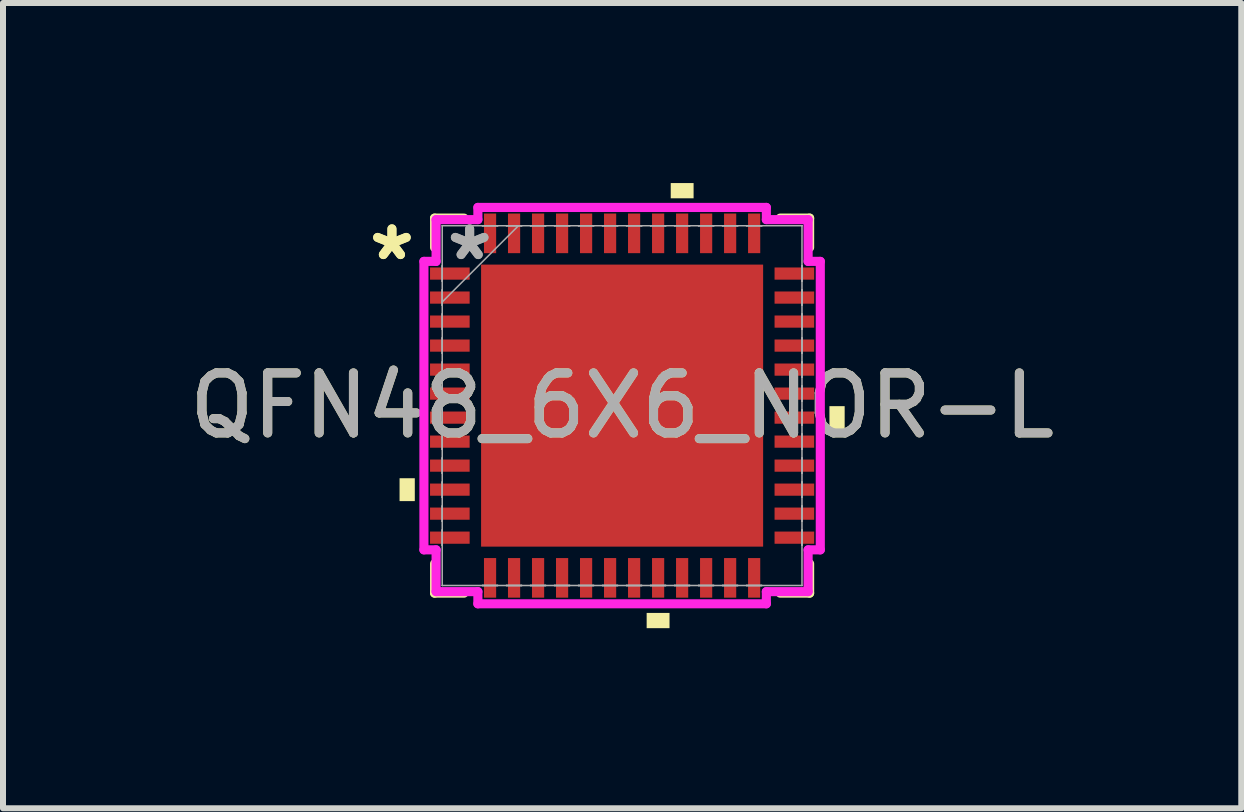
<source format=kicad_pcb>
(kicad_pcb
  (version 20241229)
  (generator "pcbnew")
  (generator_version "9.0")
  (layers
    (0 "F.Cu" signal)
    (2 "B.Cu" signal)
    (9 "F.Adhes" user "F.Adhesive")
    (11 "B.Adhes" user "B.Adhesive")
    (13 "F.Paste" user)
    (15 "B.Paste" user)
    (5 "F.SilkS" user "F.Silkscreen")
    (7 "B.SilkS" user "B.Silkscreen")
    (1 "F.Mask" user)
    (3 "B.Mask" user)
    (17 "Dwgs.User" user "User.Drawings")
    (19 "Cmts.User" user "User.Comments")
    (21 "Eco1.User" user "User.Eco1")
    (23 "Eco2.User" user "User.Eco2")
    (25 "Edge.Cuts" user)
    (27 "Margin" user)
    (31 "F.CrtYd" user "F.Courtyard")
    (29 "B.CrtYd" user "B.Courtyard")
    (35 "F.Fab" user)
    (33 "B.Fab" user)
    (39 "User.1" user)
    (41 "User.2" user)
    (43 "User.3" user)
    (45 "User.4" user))
  (footprint "QFN48_6X6_NOR-L"
    (layer "F.Cu")
    (at 7.315 3.708)
    (property "Reference" "QFN48_6X6_NOR-L" (at 0 0 0) (unlocked yes) (layer "F.SilkS") (effects (font (size 1 1) (thickness 0.15))))
    (attr smd)
    (fp_line (start -3.124 -3.124) (end -3.124 -2.634) (stroke (width 0.152) (type solid)) (layer "F.SilkS"))
    (fp_line (start -3.124 2.634) (end -3.124 3.124) (stroke (width 0.152) (type solid)) (layer "F.SilkS"))
    (fp_line (start -3.124 3.124) (end -2.634 3.124) (stroke (width 0.152) (type solid)) (layer "F.SilkS"))
    (fp_line (start -2.634 -3.124) (end -3.124 -3.124) (stroke (width 0.152) (type solid)) (layer "F.SilkS"))
    (fp_line (start 2.634 3.124) (end 3.124 3.124) (stroke (width 0.152) (type solid)) (layer "F.SilkS"))
    (fp_line (start 3.124 -3.124) (end 2.634 -3.124) (stroke (width 0.152) (type solid)) (layer "F.SilkS"))
    (fp_line (start 3.124 -2.634) (end 3.124 -3.124) (stroke (width 0.152) (type solid)) (layer "F.SilkS"))
    (fp_line (start 3.124 3.124) (end 3.124 2.634) (stroke (width 0.152) (type solid)) (layer "F.SilkS"))
    (fp_poly (pts (xy -3.708 1.21) (xy -3.708 1.591) (xy -3.454 1.591) (xy -3.454 1.21)) (stroke (width 0) (type solid)) (fill yes) (layer "F.SilkS"))
    (fp_poly (pts (xy 0.409 3.454) (xy 0.409 3.708) (xy 0.79 3.708) (xy 0.79 3.454)) (stroke (width 0) (type solid)) (fill yes) (layer "F.SilkS"))
    (fp_poly (pts (xy 0.81 -3.454) (xy 0.81 -3.708) (xy 1.191 -3.708) (xy 1.191 -3.454)) (stroke (width 0) (type solid)) (fill yes) (layer "F.SilkS"))
    (fp_poly (pts (xy 3.708 0.009) (xy 3.708 0.391) (xy 3.454 0.391) (xy 3.454 0.009)) (stroke (width 0) (type solid)) (fill yes) (layer "F.SilkS"))
    (fp_poly (pts (xy -2.249 -2.249) (xy -2.249 -0.883) (xy -0.883 -0.883) (xy -0.883 -2.249)) (stroke (width 0) (type solid)) (fill yes) (layer "F.Paste"))
    (fp_poly (pts (xy -2.249 -0.683) (xy -2.249 0.683) (xy -0.883 0.683) (xy -0.883 -0.683)) (stroke (width 0) (type solid)) (fill yes) (layer "F.Paste"))
    (fp_poly (pts (xy -2.249 0.883) (xy -2.249 2.249) (xy -0.883 2.249) (xy -0.883 0.883)) (stroke (width 0) (type solid)) (fill yes) (layer "F.Paste"))
    (fp_poly (pts (xy -0.683 -2.249) (xy -0.683 -0.883) (xy 0.683 -0.883) (xy 0.683 -2.249)) (stroke (width 0) (type solid)) (fill yes) (layer "F.Paste"))
    (fp_poly (pts (xy -0.683 -0.683) (xy -0.683 0.683) (xy 0.683 0.683) (xy 0.683 -0.683)) (stroke (width 0) (type solid)) (fill yes) (layer "F.Paste"))
    (fp_poly (pts (xy -0.683 0.883) (xy -0.683 2.249) (xy 0.683 2.249) (xy 0.683 0.883)) (stroke (width 0) (type solid)) (fill yes) (layer "F.Paste"))
    (fp_poly (pts (xy 0.883 -2.249) (xy 0.883 -0.883) (xy 2.249 -0.883) (xy 2.249 -2.249)) (stroke (width 0) (type solid)) (fill yes) (layer "F.Paste"))
    (fp_poly (pts (xy 0.883 -0.683) (xy 0.883 0.683) (xy 2.249 0.683) (xy 2.249 -0.683)) (stroke (width 0) (type solid)) (fill yes) (layer "F.Paste"))
    (fp_poly (pts (xy 0.883 0.883) (xy 0.883 2.249) (xy 2.249 2.249) (xy 2.249 0.883)) (stroke (width 0) (type solid)) (fill yes) (layer "F.Paste"))
    (fp_line (start -3.302 -2.403) (end -3.099 -2.403) (stroke (width 0.152) (type solid)) (layer "F.CrtYd"))
    (fp_line (start -3.302 2.403) (end -3.302 -2.403) (stroke (width 0.152) (type solid)) (layer "F.CrtYd"))
    (fp_line (start -3.099 -3.099) (end -2.403 -3.099) (stroke (width 0.152) (type solid)) (layer "F.CrtYd"))
    (fp_line (start -3.099 -2.403) (end -3.099 -3.099) (stroke (width 0.152) (type solid)) (layer "F.CrtYd"))
    (fp_line (start -3.099 2.403) (end -3.302 2.403) (stroke (width 0.152) (type solid)) (layer "F.CrtYd"))
    (fp_line (start -3.099 3.099) (end -3.099 2.403) (stroke (width 0.152) (type solid)) (layer "F.CrtYd"))
    (fp_line (start -2.403 -3.302) (end 2.403 -3.302) (stroke (width 0.152) (type solid)) (layer "F.CrtYd"))
    (fp_line (start -2.403 -3.099) (end -2.403 -3.302) (stroke (width 0.152) (type solid)) (layer "F.CrtYd"))
    (fp_line (start -2.403 3.099) (end -3.099 3.099) (stroke (width 0.152) (type solid)) (layer "F.CrtYd"))
    (fp_line (start -2.403 3.302) (end -2.403 3.099) (stroke (width 0.152) (type solid)) (layer "F.CrtYd"))
    (fp_line (start 2.403 -3.302) (end 2.403 -3.099) (stroke (width 0.152) (type solid)) (layer "F.CrtYd"))
    (fp_line (start 2.403 -3.099) (end 3.099 -3.099) (stroke (width 0.152) (type solid)) (layer "F.CrtYd"))
    (fp_line (start 2.403 3.099) (end 2.403 3.302) (stroke (width 0.152) (type solid)) (layer "F.CrtYd"))
    (fp_line (start 2.403 3.302) (end -2.403 3.302) (stroke (width 0.152) (type solid)) (layer "F.CrtYd"))
    (fp_line (start 3.099 -3.099) (end 3.099 -2.403) (stroke (width 0.152) (type solid)) (layer "F.CrtYd"))
    (fp_line (start 3.099 -2.403) (end 3.302 -2.403) (stroke (width 0.152) (type solid)) (layer "F.CrtYd"))
    (fp_line (start 3.099 2.403) (end 3.099 3.099) (stroke (width 0.152) (type solid)) (layer "F.CrtYd"))
    (fp_line (start 3.099 3.099) (end 2.403 3.099) (stroke (width 0.152) (type solid)) (layer "F.CrtYd"))
    (fp_line (start 3.302 -2.403) (end 3.302 2.403) (stroke (width 0.152) (type solid)) (layer "F.CrtYd"))
    (fp_line (start 3.302 2.403) (end 3.099 2.403) (stroke (width 0.152) (type solid)) (layer "F.CrtYd"))
    (fp_line (start -2.997 -2.997) (end -2.997 -2.997) (stroke (width 0.025) (type solid)) (layer "F.Fab"))
    (fp_line (start -2.997 -2.997) (end -2.997 2.997) (stroke (width 0.025) (type solid)) (layer "F.Fab"))
    (fp_line (start -2.997 -2.327) (end -2.997 -2.327) (stroke (width 0.025) (type solid)) (layer "F.Fab"))
    (fp_line (start -2.997 -2.327) (end -2.997 -2.073) (stroke (width 0.025) (type solid)) (layer "F.Fab"))
    (fp_line (start -2.997 -2.073) (end -2.997 -2.327) (stroke (width 0.025) (type solid)) (layer "F.Fab"))
    (fp_line (start -2.997 -2.073) (end -2.997 -2.073) (stroke (width 0.025) (type solid)) (layer "F.Fab"))
    (fp_line (start -2.997 -1.927) (end -2.997 -1.927) (stroke (width 0.025) (type solid)) (layer "F.Fab"))
    (fp_line (start -2.997 -1.927) (end -2.997 -1.673) (stroke (width 0.025) (type solid)) (layer "F.Fab"))
    (fp_line (start -2.997 -1.727) (end -1.727 -2.997) (stroke (width 0.025) (type solid)) (layer "F.Fab"))
    (fp_line (start -2.997 -1.673) (end -2.997 -1.927) (stroke (width 0.025) (type solid)) (layer "F.Fab"))
    (fp_line (start -2.997 -1.673) (end -2.997 -1.673) (stroke (width 0.025) (type solid)) (layer "F.Fab"))
    (fp_line (start -2.997 -1.527) (end -2.997 -1.527) (stroke (width 0.025) (type solid)) (layer "F.Fab"))
    (fp_line (start -2.997 -1.527) (end -2.997 -1.273) (stroke (width 0.025) (type solid)) (layer "F.Fab"))
    (fp_line (start -2.997 -1.273) (end -2.997 -1.527) (stroke (width 0.025) (type solid)) (layer "F.Fab"))
    (fp_line (start -2.997 -1.273) (end -2.997 -1.273) (stroke (width 0.025) (type solid)) (layer "F.Fab"))
    (fp_line (start -2.997 -1.127) (end -2.997 -1.127) (stroke (width 0.025) (type solid)) (layer "F.Fab"))
    (fp_line (start -2.997 -1.127) (end -2.997 -0.873) (stroke (width 0.025) (type solid)) (layer "F.Fab"))
    (fp_line (start -2.997 -0.873) (end -2.997 -1.127) (stroke (width 0.025) (type solid)) (layer "F.Fab"))
    (fp_line (start -2.997 -0.873) (end -2.997 -0.873) (stroke (width 0.025) (type solid)) (layer "F.Fab"))
    (fp_line (start -2.997 -0.727) (end -2.997 -0.727) (stroke (width 0.025) (type solid)) (layer "F.Fab"))
    (fp_line (start -2.997 -0.727) (end -2.997 -0.473) (stroke (width 0.025) (type solid)) (layer "F.Fab"))
    (fp_line (start -2.997 -0.473) (end -2.997 -0.727) (stroke (width 0.025) (type solid)) (layer "F.Fab"))
    (fp_line (start -2.997 -0.473) (end -2.997 -0.473) (stroke (width 0.025) (type solid)) (layer "F.Fab"))
    (fp_line (start -2.997 -0.327) (end -2.997 -0.327) (stroke (width 0.025) (type solid)) (layer "F.Fab"))
    (fp_line (start -2.997 -0.327) (end -2.997 -0.073) (stroke (width 0.025) (type solid)) (layer "F.Fab"))
    (fp_line (start -2.997 -0.073) (end -2.997 -0.327) (stroke (width 0.025) (type solid)) (layer "F.Fab"))
    (fp_line (start -2.997 -0.073) (end -2.997 -0.073) (stroke (width 0.025) (type solid)) (layer "F.Fab"))
    (fp_line (start -2.997 0.073) (end -2.997 0.073) (stroke (width 0.025) (type solid)) (layer "F.Fab"))
    (fp_line (start -2.997 0.073) (end -2.997 0.327) (stroke (width 0.025) (type solid)) (layer "F.Fab"))
    (fp_line (start -2.997 0.327) (end -2.997 0.073) (stroke (width 0.025) (type solid)) (layer "F.Fab"))
    (fp_line (start -2.997 0.327) (end -2.997 0.327) (stroke (width 0.025) (type solid)) (layer "F.Fab"))
    (fp_line (start -2.997 0.473) (end -2.997 0.473) (stroke (width 0.025) (type solid)) (layer "F.Fab"))
    (fp_line (start -2.997 0.473) (end -2.997 0.727) (stroke (width 0.025) (type solid)) (layer "F.Fab"))
    (fp_line (start -2.997 0.727) (end -2.997 0.473) (stroke (width 0.025) (type solid)) (layer "F.Fab"))
    (fp_line (start -2.997 0.727) (end -2.997 0.727) (stroke (width 0.025) (type solid)) (layer "F.Fab"))
    (fp_line (start -2.997 0.873) (end -2.997 0.873) (stroke (width 0.025) (type solid)) (layer "F.Fab"))
    (fp_line (start -2.997 0.873) (end -2.997 1.127) (stroke (width 0.025) (type solid)) (layer "F.Fab"))
    (fp_line (start -2.997 1.127) (end -2.997 0.873) (stroke (width 0.025) (type solid)) (layer "F.Fab"))
    (fp_line (start -2.997 1.127) (end -2.997 1.127) (stroke (width 0.025) (type solid)) (layer "F.Fab"))
    (fp_line (start -2.997 1.273) (end -2.997 1.273) (stroke (width 0.025) (type solid)) (layer "F.Fab"))
    (fp_line (start -2.997 1.273) (end -2.997 1.527) (stroke (width 0.025) (type solid)) (layer "F.Fab"))
    (fp_line (start -2.997 1.527) (end -2.997 1.273) (stroke (width 0.025) (type solid)) (layer "F.Fab"))
    (fp_line (start -2.997 1.527) (end -2.997 1.527) (stroke (width 0.025) (type solid)) (layer "F.Fab"))
    (fp_line (start -2.997 1.673) (end -2.997 1.673) (stroke (width 0.025) (type solid)) (layer "F.Fab"))
    (fp_line (start -2.997 1.673) (end -2.997 1.927) (stroke (width 0.025) (type solid)) (layer "F.Fab"))
    (fp_line (start -2.997 1.927) (end -2.997 1.673) (stroke (width 0.025) (type solid)) (layer "F.Fab"))
    (fp_line (start -2.997 1.927) (end -2.997 1.927) (stroke (width 0.025) (type solid)) (layer "F.Fab"))
    (fp_line (start -2.997 2.073) (end -2.997 2.073) (stroke (width 0.025) (type solid)) (layer "F.Fab"))
    (fp_line (start -2.997 2.073) (end -2.997 2.327) (stroke (width 0.025) (type solid)) (layer "F.Fab"))
    (fp_line (start -2.997 2.327) (end -2.997 2.073) (stroke (width 0.025) (type solid)) (layer "F.Fab"))
    (fp_line (start -2.997 2.327) (end -2.997 2.327) (stroke (width 0.025) (type solid)) (layer "F.Fab"))
    (fp_line (start -2.997 2.997) (end -2.997 2.997) (stroke (width 0.025) (type solid)) (layer "F.Fab"))
    (fp_line (start -2.997 2.997) (end 2.997 2.997) (stroke (width 0.025) (type solid)) (layer "F.Fab"))
    (fp_line (start -2.327 -2.997) (end -2.327 -2.997) (stroke (width 0.025) (type solid)) (layer "F.Fab"))
    (fp_line (start -2.327 -2.997) (end -2.073 -2.997) (stroke (width 0.025) (type solid)) (layer "F.Fab"))
    (fp_line (start -2.327 2.997) (end -2.327 2.997) (stroke (width 0.025) (type solid)) (layer "F.Fab"))
    (fp_line (start -2.327 2.997) (end -2.073 2.997) (stroke (width 0.025) (type solid)) (layer "F.Fab"))
    (fp_line (start -2.073 -2.997) (end -2.327 -2.997) (stroke (width 0.025) (type solid)) (layer "F.Fab"))
    (fp_line (start -2.073 -2.997) (end -2.073 -2.997) (stroke (width 0.025) (type solid)) (layer "F.Fab"))
    (fp_line (start -2.073 2.997) (end -2.327 2.997) (stroke (width 0.025) (type solid)) (layer "F.Fab"))
    (fp_line (start -2.073 2.997) (end -2.073 2.997) (stroke (width 0.025) (type solid)) (layer "F.Fab"))
    (fp_line (start -1.927 -2.997) (end -1.927 -2.997) (stroke (width 0.025) (type solid)) (layer "F.Fab"))
    (fp_line (start -1.927 -2.997) (end -1.673 -2.997) (stroke (width 0.025) (type solid)) (layer "F.Fab"))
    (fp_line (start -1.927 2.997) (end -1.927 2.997) (stroke (width 0.025) (type solid)) (layer "F.Fab"))
    (fp_line (start -1.927 2.997) (end -1.673 2.997) (stroke (width 0.025) (type solid)) (layer "F.Fab"))
    (fp_line (start -1.673 -2.997) (end -1.927 -2.997) (stroke (width 0.025) (type solid)) (layer "F.Fab"))
    (fp_line (start -1.673 -2.997) (end -1.673 -2.997) (stroke (width 0.025) (type solid)) (layer "F.Fab"))
    (fp_line (start -1.673 2.997) (end -1.927 2.997) (stroke (width 0.025) (type solid)) (layer "F.Fab"))
    (fp_line (start -1.673 2.997) (end -1.673 2.997) (stroke (width 0.025) (type solid)) (layer "F.Fab"))
    (fp_line (start -1.527 -2.997) (end -1.527 -2.997) (stroke (width 0.025) (type solid)) (layer "F.Fab"))
    (fp_line (start -1.527 -2.997) (end -1.273 -2.997) (stroke (width 0.025) (type solid)) (layer "F.Fab"))
    (fp_line (start -1.527 2.997) (end -1.527 2.997) (stroke (width 0.025) (type solid)) (layer "F.Fab"))
    (fp_line (start -1.527 2.997) (end -1.273 2.997) (stroke (width 0.025) (type solid)) (layer "F.Fab"))
    (fp_line (start -1.273 -2.997) (end -1.527 -2.997) (stroke (width 0.025) (type solid)) (layer "F.Fab"))
    (fp_line (start -1.273 -2.997) (end -1.273 -2.997) (stroke (width 0.025) (type solid)) (layer "F.Fab"))
    (fp_line (start -1.273 2.997) (end -1.527 2.997) (stroke (width 0.025) (type solid)) (layer "F.Fab"))
    (fp_line (start -1.273 2.997) (end -1.273 2.997) (stroke (width 0.025) (type solid)) (layer "F.Fab"))
    (fp_line (start -1.127 -2.997) (end -1.127 -2.997) (stroke (width 0.025) (type solid)) (layer "F.Fab"))
    (fp_line (start -1.127 -2.997) (end -0.873 -2.997) (stroke (width 0.025) (type solid)) (layer "F.Fab"))
    (fp_line (start -1.127 2.997) (end -1.127 2.997) (stroke (width 0.025) (type solid)) (layer "F.Fab"))
    (fp_line (start -1.127 2.997) (end -0.873 2.997) (stroke (width 0.025) (type solid)) (layer "F.Fab"))
    (fp_line (start -0.873 -2.997) (end -1.127 -2.997) (stroke (width 0.025) (type solid)) (layer "F.Fab"))
    (fp_line (start -0.873 -2.997) (end -0.873 -2.997) (stroke (width 0.025) (type solid)) (layer "F.Fab"))
    (fp_line (start -0.873 2.997) (end -1.127 2.997) (stroke (width 0.025) (type solid)) (layer "F.Fab"))
    (fp_line (start -0.873 2.997) (end -0.873 2.997) (stroke (width 0.025) (type solid)) (layer "F.Fab"))
    (fp_line (start -0.727 -2.997) (end -0.727 -2.997) (stroke (width 0.025) (type solid)) (layer "F.Fab"))
    (fp_line (start -0.727 -2.997) (end -0.473 -2.997) (stroke (width 0.025) (type solid)) (layer "F.Fab"))
    (fp_line (start -0.727 2.997) (end -0.727 2.997) (stroke (width 0.025) (type solid)) (layer "F.Fab"))
    (fp_line (start -0.727 2.997) (end -0.473 2.997) (stroke (width 0.025) (type solid)) (layer "F.Fab"))
    (fp_line (start -0.473 -2.997) (end -0.727 -2.997) (stroke (width 0.025) (type solid)) (layer "F.Fab"))
    (fp_line (start -0.473 -2.997) (end -0.473 -2.997) (stroke (width 0.025) (type solid)) (layer "F.Fab"))
    (fp_line (start -0.473 2.997) (end -0.727 2.997) (stroke (width 0.025) (type solid)) (layer "F.Fab"))
    (fp_line (start -0.473 2.997) (end -0.473 2.997) (stroke (width 0.025) (type solid)) (layer "F.Fab"))
    (fp_line (start -0.327 -2.997) (end -0.327 -2.997) (stroke (width 0.025) (type solid)) (layer "F.Fab"))
    (fp_line (start -0.327 -2.997) (end -0.073 -2.997) (stroke (width 0.025) (type solid)) (layer "F.Fab"))
    (fp_line (start -0.327 2.997) (end -0.327 2.997) (stroke (width 0.025) (type solid)) (layer "F.Fab"))
    (fp_line (start -0.327 2.997) (end -0.073 2.997) (stroke (width 0.025) (type solid)) (layer "F.Fab"))
    (fp_line (start -0.073 -2.997) (end -0.327 -2.997) (stroke (width 0.025) (type solid)) (layer "F.Fab"))
    (fp_line (start -0.073 -2.997) (end -0.073 -2.997) (stroke (width 0.025) (type solid)) (layer "F.Fab"))
    (fp_line (start -0.073 2.997) (end -0.327 2.997) (stroke (width 0.025) (type solid)) (layer "F.Fab"))
    (fp_line (start -0.073 2.997) (end -0.073 2.997) (stroke (width 0.025) (type solid)) (layer "F.Fab"))
    (fp_line (start 0.073 -2.997) (end 0.073 -2.997) (stroke (width 0.025) (type solid)) (layer "F.Fab"))
    (fp_line (start 0.073 -2.997) (end 0.327 -2.997) (stroke (width 0.025) (type solid)) (layer "F.Fab"))
    (fp_line (start 0.073 2.997) (end 0.073 2.997) (stroke (width 0.025) (type solid)) (layer "F.Fab"))
    (fp_line (start 0.073 2.997) (end 0.327 2.997) (stroke (width 0.025) (type solid)) (layer "F.Fab"))
    (fp_line (start 0.327 -2.997) (end 0.073 -2.997) (stroke (width 0.025) (type solid)) (layer "F.Fab"))
    (fp_line (start 0.327 -2.997) (end 0.327 -2.997) (stroke (width 0.025) (type solid)) (layer "F.Fab"))
    (fp_line (start 0.327 2.997) (end 0.073 2.997) (stroke (width 0.025) (type solid)) (layer "F.Fab"))
    (fp_line (start 0.327 2.997) (end 0.327 2.997) (stroke (width 0.025) (type solid)) (layer "F.Fab"))
    (fp_line (start 0.473 -2.997) (end 0.473 -2.997) (stroke (width 0.025) (type solid)) (layer "F.Fab"))
    (fp_line (start 0.473 -2.997) (end 0.727 -2.997) (stroke (width 0.025) (type solid)) (layer "F.Fab"))
    (fp_line (start 0.473 2.997) (end 0.473 2.997) (stroke (width 0.025) (type solid)) (layer "F.Fab"))
    (fp_line (start 0.473 2.997) (end 0.727 2.997) (stroke (width 0.025) (type solid)) (layer "F.Fab"))
    (fp_line (start 0.727 -2.997) (end 0.473 -2.997) (stroke (width 0.025) (type solid)) (layer "F.Fab"))
    (fp_line (start 0.727 -2.997) (end 0.727 -2.997) (stroke (width 0.025) (type solid)) (layer "F.Fab"))
    (fp_line (start 0.727 2.997) (end 0.473 2.997) (stroke (width 0.025) (type solid)) (layer "F.Fab"))
    (fp_line (start 0.727 2.997) (end 0.727 2.997) (stroke (width 0.025) (type solid)) (layer "F.Fab"))
    (fp_line (start 0.873 -2.997) (end 0.873 -2.997) (stroke (width 0.025) (type solid)) (layer "F.Fab"))
    (fp_line (start 0.873 -2.997) (end 1.127 -2.997) (stroke (width 0.025) (type solid)) (layer "F.Fab"))
    (fp_line (start 0.873 2.997) (end 0.873 2.997) (stroke (width 0.025) (type solid)) (layer "F.Fab"))
    (fp_line (start 0.873 2.997) (end 1.127 2.997) (stroke (width 0.025) (type solid)) (layer "F.Fab"))
    (fp_line (start 1.127 -2.997) (end 0.873 -2.997) (stroke (width 0.025) (type solid)) (layer "F.Fab"))
    (fp_line (start 1.127 -2.997) (end 1.127 -2.997) (stroke (width 0.025) (type solid)) (layer "F.Fab"))
    (fp_line (start 1.127 2.997) (end 0.873 2.997) (stroke (width 0.025) (type solid)) (layer "F.Fab"))
    (fp_line (start 1.127 2.997) (end 1.127 2.997) (stroke (width 0.025) (type solid)) (layer "F.Fab"))
    (fp_line (start 1.273 -2.997) (end 1.273 -2.997) (stroke (width 0.025) (type solid)) (layer "F.Fab"))
    (fp_line (start 1.273 -2.997) (end 1.527 -2.997) (stroke (width 0.025) (type solid)) (layer "F.Fab"))
    (fp_line (start 1.273 2.997) (end 1.273 2.997) (stroke (width 0.025) (type solid)) (layer "F.Fab"))
    (fp_line (start 1.273 2.997) (end 1.527 2.997) (stroke (width 0.025) (type solid)) (layer "F.Fab"))
    (fp_line (start 1.527 -2.997) (end 1.273 -2.997) (stroke (width 0.025) (type solid)) (layer "F.Fab"))
    (fp_line (start 1.527 -2.997) (end 1.527 -2.997) (stroke (width 0.025) (type solid)) (layer "F.Fab"))
    (fp_line (start 1.527 2.997) (end 1.273 2.997) (stroke (width 0.025) (type solid)) (layer "F.Fab"))
    (fp_line (start 1.527 2.997) (end 1.527 2.997) (stroke (width 0.025) (type solid)) (layer "F.Fab"))
    (fp_line (start 1.673 -2.997) (end 1.673 -2.997) (stroke (width 0.025) (type solid)) (layer "F.Fab"))
    (fp_line (start 1.673 -2.997) (end 1.927 -2.997) (stroke (width 0.025) (type solid)) (layer "F.Fab"))
    (fp_line (start 1.673 2.997) (end 1.673 2.997) (stroke (width 0.025) (type solid)) (layer "F.Fab"))
    (fp_line (start 1.673 2.997) (end 1.927 2.997) (stroke (width 0.025) (type solid)) (layer "F.Fab"))
    (fp_line (start 1.927 -2.997) (end 1.673 -2.997) (stroke (width 0.025) (type solid)) (layer "F.Fab"))
    (fp_line (start 1.927 -2.997) (end 1.927 -2.997) (stroke (width 0.025) (type solid)) (layer "F.Fab"))
    (fp_line (start 1.927 2.997) (end 1.673 2.997) (stroke (width 0.025) (type solid)) (layer "F.Fab"))
    (fp_line (start 1.927 2.997) (end 1.927 2.997) (stroke (width 0.025) (type solid)) (layer "F.Fab"))
    (fp_line (start 2.073 -2.997) (end 2.073 -2.997) (stroke (width 0.025) (type solid)) (layer "F.Fab"))
    (fp_line (start 2.073 -2.997) (end 2.327 -2.997) (stroke (width 0.025) (type solid)) (layer "F.Fab"))
    (fp_line (start 2.073 2.997) (end 2.073 2.997) (stroke (width 0.025) (type solid)) (layer "F.Fab"))
    (fp_line (start 2.073 2.997) (end 2.327 2.997) (stroke (width 0.025) (type solid)) (layer "F.Fab"))
    (fp_line (start 2.327 -2.997) (end 2.073 -2.997) (stroke (width 0.025) (type solid)) (layer "F.Fab"))
    (fp_line (start 2.327 -2.997) (end 2.327 -2.997) (stroke (width 0.025) (type solid)) (layer "F.Fab"))
    (fp_line (start 2.327 2.997) (end 2.073 2.997) (stroke (width 0.025) (type solid)) (layer "F.Fab"))
    (fp_line (start 2.327 2.997) (end 2.327 2.997) (stroke (width 0.025) (type solid)) (layer "F.Fab"))
    (fp_line (start 2.997 -2.997) (end -2.997 -2.997) (stroke (width 0.025) (type solid)) (layer "F.Fab"))
    (fp_line (start 2.997 -2.997) (end 2.997 -2.997) (stroke (width 0.025) (type solid)) (layer "F.Fab"))
    (fp_line (start 2.997 -2.327) (end 2.997 -2.327) (stroke (width 0.025) (type solid)) (layer "F.Fab"))
    (fp_line (start 2.997 -2.327) (end 2.997 -2.073) (stroke (width 0.025) (type solid)) (layer "F.Fab"))
    (fp_line (start 2.997 -2.073) (end 2.997 -2.327) (stroke (width 0.025) (type solid)) (layer "F.Fab"))
    (fp_line (start 2.997 -2.073) (end 2.997 -2.073) (stroke (width 0.025) (type solid)) (layer "F.Fab"))
    (fp_line (start 2.997 -1.927) (end 2.997 -1.927) (stroke (width 0.025) (type solid)) (layer "F.Fab"))
    (fp_line (start 2.997 -1.927) (end 2.997 -1.673) (stroke (width 0.025) (type solid)) (layer "F.Fab"))
    (fp_line (start 2.997 -1.673) (end 2.997 -1.927) (stroke (width 0.025) (type solid)) (layer "F.Fab"))
    (fp_line (start 2.997 -1.673) (end 2.997 -1.673) (stroke (width 0.025) (type solid)) (layer "F.Fab"))
    (fp_line (start 2.997 -1.527) (end 2.997 -1.527) (stroke (width 0.025) (type solid)) (layer "F.Fab"))
    (fp_line (start 2.997 -1.527) (end 2.997 -1.273) (stroke (width 0.025) (type solid)) (layer "F.Fab"))
    (fp_line (start 2.997 -1.273) (end 2.997 -1.527) (stroke (width 0.025) (type solid)) (layer "F.Fab"))
    (fp_line (start 2.997 -1.273) (end 2.997 -1.273) (stroke (width 0.025) (type solid)) (layer "F.Fab"))
    (fp_line (start 2.997 -1.127) (end 2.997 -1.127) (stroke (width 0.025) (type solid)) (layer "F.Fab"))
    (fp_line (start 2.997 -1.127) (end 2.997 -0.873) (stroke (width 0.025) (type solid)) (layer "F.Fab"))
    (fp_line (start 2.997 -0.873) (end 2.997 -1.127) (stroke (width 0.025) (type solid)) (layer "F.Fab"))
    (fp_line (start 2.997 -0.873) (end 2.997 -0.873) (stroke (width 0.025) (type solid)) (layer "F.Fab"))
    (fp_line (start 2.997 -0.727) (end 2.997 -0.727) (stroke (width 0.025) (type solid)) (layer "F.Fab"))
    (fp_line (start 2.997 -0.727) (end 2.997 -0.473) (stroke (width 0.025) (type solid)) (layer "F.Fab"))
    (fp_line (start 2.997 -0.473) (end 2.997 -0.727) (stroke (width 0.025) (type solid)) (layer "F.Fab"))
    (fp_line (start 2.997 -0.473) (end 2.997 -0.473) (stroke (width 0.025) (type solid)) (layer "F.Fab"))
    (fp_line (start 2.997 -0.327) (end 2.997 -0.327) (stroke (width 0.025) (type solid)) (layer "F.Fab"))
    (fp_line (start 2.997 -0.327) (end 2.997 -0.073) (stroke (width 0.025) (type solid)) (layer "F.Fab"))
    (fp_line (start 2.997 -0.073) (end 2.997 -0.327) (stroke (width 0.025) (type solid)) (layer "F.Fab"))
    (fp_line (start 2.997 -0.073) (end 2.997 -0.073) (stroke (width 0.025) (type solid)) (layer "F.Fab"))
    (fp_line (start 2.997 0.073) (end 2.997 0.073) (stroke (width 0.025) (type solid)) (layer "F.Fab"))
    (fp_line (start 2.997 0.073) (end 2.997 0.327) (stroke (width 0.025) (type solid)) (layer "F.Fab"))
    (fp_line (start 2.997 0.327) (end 2.997 0.073) (stroke (width 0.025) (type solid)) (layer "F.Fab"))
    (fp_line (start 2.997 0.327) (end 2.997 0.327) (stroke (width 0.025) (type solid)) (layer "F.Fab"))
    (fp_line (start 2.997 0.473) (end 2.997 0.473) (stroke (width 0.025) (type solid)) (layer "F.Fab"))
    (fp_line (start 2.997 0.473) (end 2.997 0.727) (stroke (width 0.025) (type solid)) (layer "F.Fab"))
    (fp_line (start 2.997 0.727) (end 2.997 0.473) (stroke (width 0.025) (type solid)) (layer "F.Fab"))
    (fp_line (start 2.997 0.727) (end 2.997 0.727) (stroke (width 0.025) (type solid)) (layer "F.Fab"))
    (fp_line (start 2.997 0.873) (end 2.997 0.873) (stroke (width 0.025) (type solid)) (layer "F.Fab"))
    (fp_line (start 2.997 0.873) (end 2.997 1.127) (stroke (width 0.025) (type solid)) (layer "F.Fab"))
    (fp_line (start 2.997 1.127) (end 2.997 0.873) (stroke (width 0.025) (type solid)) (layer "F.Fab"))
    (fp_line (start 2.997 1.127) (end 2.997 1.127) (stroke (width 0.025) (type solid)) (layer "F.Fab"))
    (fp_line (start 2.997 1.273) (end 2.997 1.273) (stroke (width 0.025) (type solid)) (layer "F.Fab"))
    (fp_line (start 2.997 1.273) (end 2.997 1.527) (stroke (width 0.025) (type solid)) (layer "F.Fab"))
    (fp_line (start 2.997 1.527) (end 2.997 1.273) (stroke (width 0.025) (type solid)) (layer "F.Fab"))
    (fp_line (start 2.997 1.527) (end 2.997 1.527) (stroke (width 0.025) (type solid)) (layer "F.Fab"))
    (fp_line (start 2.997 1.673) (end 2.997 1.673) (stroke (width 0.025) (type solid)) (layer "F.Fab"))
    (fp_line (start 2.997 1.673) (end 2.997 1.927) (stroke (width 0.025) (type solid)) (layer "F.Fab"))
    (fp_line (start 2.997 1.927) (end 2.997 1.673) (stroke (width 0.025) (type solid)) (layer "F.Fab"))
    (fp_line (start 2.997 1.927) (end 2.997 1.927) (stroke (width 0.025) (type solid)) (layer "F.Fab"))
    (fp_line (start 2.997 2.073) (end 2.997 2.073) (stroke (width 0.025) (type solid)) (layer "F.Fab"))
    (fp_line (start 2.997 2.073) (end 2.997 2.327) (stroke (width 0.025) (type solid)) (layer "F.Fab"))
    (fp_line (start 2.997 2.327) (end 2.997 2.073) (stroke (width 0.025) (type solid)) (layer "F.Fab"))
    (fp_line (start 2.997 2.327) (end 2.997 2.327) (stroke (width 0.025) (type solid)) (layer "F.Fab"))
    (fp_line (start 2.997 2.997) (end 2.997 -2.997) (stroke (width 0.025) (type solid)) (layer "F.Fab"))
    (fp_line (start 2.997 2.997) (end 2.997 2.997) (stroke (width 0.025) (type solid)) (layer "F.Fab"))
    (fp_text user "*" (at -3.835 -2.4 0) (unlocked yes) (layer "F.SilkS") (effects (font (size 1 1) (thickness 0.15))))
    (fp_text user "*" (at -3.835 -2.4 0) (layer "F.SilkS") (effects (font (size 1 1) (thickness 0.15))))
    (fp_text user "*" (at -2.54 -2.4 0) (unlocked yes) (layer "F.Fab") (effects (font (size 1 1) (thickness 0.15))))
    (fp_text user "${REFERENCE}" (at 0 0 0) (unlocked yes) (layer "F.Fab") (effects (font (size 1 1) (thickness 0.15))))
    (fp_text user "*" (at -2.54 -2.4 0) (layer "F.Fab") (effects (font (size 1 1) (thickness 0.15))))
    (pad "1" smd rect (at -2.87 -2.2 90) (size 0.203 0.66) (layers "F.Cu" "F.Mask" "F.Paste"))
    (pad "2" smd rect (at -2.87 -1.8 90) (size 0.203 0.66) (layers "F.Cu" "F.Mask" "F.Paste"))
    (pad "3" smd rect (at -2.87 -1.4 90) (size 0.203 0.66) (layers "F.Cu" "F.Mask" "F.Paste"))
    (pad "4" smd rect (at -2.87 -1 90) (size 0.203 0.66) (layers "F.Cu" "F.Mask" "F.Paste"))
    (pad "5" smd rect (at -2.87 -0.6 90) (size 0.203 0.66) (layers "F.Cu" "F.Mask" "F.Paste"))
    (pad "6" smd rect (at -2.87 -0.2 90) (size 0.203 0.66) (layers "F.Cu" "F.Mask" "F.Paste"))
    (pad "7" smd rect (at -2.87 0.2 90) (size 0.203 0.66) (layers "F.Cu" "F.Mask" "F.Paste"))
    (pad "8" smd rect (at -2.87 0.6 90) (size 0.203 0.66) (layers "F.Cu" "F.Mask" "F.Paste"))
    (pad "9" smd rect (at -2.87 1 90) (size 0.203 0.66) (layers "F.Cu" "F.Mask" "F.Paste"))
    (pad "10" smd rect (at -2.87 1.4 90) (size 0.203 0.66) (layers "F.Cu" "F.Mask" "F.Paste"))
    (pad "11" smd rect (at -2.87 1.8 90) (size 0.203 0.66) (layers "F.Cu" "F.Mask" "F.Paste"))
    (pad "12" smd rect (at -2.87 2.2 90) (size 0.203 0.66) (layers "F.Cu" "F.Mask" "F.Paste"))
    (pad "13" smd rect (at -2.2 2.87) (size 0.203 0.66) (layers "F.Cu" "F.Mask" "F.Paste"))
    (pad "14" smd rect (at -1.8 2.87) (size 0.203 0.66) (layers "F.Cu" "F.Mask" "F.Paste"))
    (pad "15" smd rect (at -1.4 2.87) (size 0.203 0.66) (layers "F.Cu" "F.Mask" "F.Paste"))
    (pad "16" smd rect (at -1 2.87) (size 0.203 0.66) (layers "F.Cu" "F.Mask" "F.Paste"))
    (pad "17" smd rect (at -0.6 2.87) (size 0.203 0.66) (layers "F.Cu" "F.Mask" "F.Paste"))
    (pad "18" smd rect (at -0.2 2.87) (size 0.203 0.66) (layers "F.Cu" "F.Mask" "F.Paste"))
    (pad "19" smd rect (at 0.2 2.87) (size 0.203 0.66) (layers "F.Cu" "F.Mask" "F.Paste"))
    (pad "20" smd rect (at 0.6 2.87) (size 0.203 0.66) (layers "F.Cu" "F.Mask" "F.Paste"))
    (pad "21" smd rect (at 1 2.87) (size 0.203 0.66) (layers "F.Cu" "F.Mask" "F.Paste"))
    (pad "22" smd rect (at 1.4 2.87) (size 0.203 0.66) (layers "F.Cu" "F.Mask" "F.Paste"))
    (pad "23" smd rect (at 1.8 2.87) (size 0.203 0.66) (layers "F.Cu" "F.Mask" "F.Paste"))
    (pad "24" smd rect (at 2.2 2.87) (size 0.203 0.66) (layers "F.Cu" "F.Mask" "F.Paste"))
    (pad "25" smd rect (at 2.87 2.2 90) (size 0.203 0.66) (layers "F.Cu" "F.Mask" "F.Paste"))
    (pad "26" smd rect (at 2.87 1.8 90) (size 0.203 0.66) (layers "F.Cu" "F.Mask" "F.Paste"))
    (pad "27" smd rect (at 2.87 1.4 90) (size 0.203 0.66) (layers "F.Cu" "F.Mask" "F.Paste"))
    (pad "28" smd rect (at 2.87 1 90) (size 0.203 0.66) (layers "F.Cu" "F.Mask" "F.Paste"))
    (pad "29" smd rect (at 2.87 0.6 90) (size 0.203 0.66) (layers "F.Cu" "F.Mask" "F.Paste"))
    (pad "30" smd rect (at 2.87 0.2 90) (size 0.203 0.66) (layers "F.Cu" "F.Mask" "F.Paste"))
    (pad "31" smd rect (at 2.87 -0.2 90) (size 0.203 0.66) (layers "F.Cu" "F.Mask" "F.Paste"))
    (pad "32" smd rect (at 2.87 -0.6 90) (size 0.203 0.66) (layers "F.Cu" "F.Mask" "F.Paste"))
    (pad "33" smd rect (at 2.87 -1 90) (size 0.203 0.66) (layers "F.Cu" "F.Mask" "F.Paste"))
    (pad "34" smd rect (at 2.87 -1.4 90) (size 0.203 0.66) (layers "F.Cu" "F.Mask" "F.Paste"))
    (pad "35" smd rect (at 2.87 -1.8 90) (size 0.203 0.66) (layers "F.Cu" "F.Mask" "F.Paste"))
    (pad "36" smd rect (at 2.87 -2.2 90) (size 0.203 0.66) (layers "F.Cu" "F.Mask" "F.Paste"))
    (pad "37" smd rect (at 2.2 -2.87) (size 0.203 0.66) (layers "F.Cu" "F.Mask" "F.Paste"))
    (pad "38" smd rect (at 1.8 -2.87) (size 0.203 0.66) (layers "F.Cu" "F.Mask" "F.Paste"))
    (pad "39" smd rect (at 1.4 -2.87) (size 0.203 0.66) (layers "F.Cu" "F.Mask" "F.Paste"))
    (pad "40" smd rect (at 1 -2.87) (size 0.203 0.66) (layers "F.Cu" "F.Mask" "F.Paste"))
    (pad "41" smd rect (at 0.6 -2.87) (size 0.203 0.66) (layers "F.Cu" "F.Mask" "F.Paste"))
    (pad "42" smd rect (at 0.2 -2.87) (size 0.203 0.66) (layers "F.Cu" "F.Mask" "F.Paste"))
    (pad "43" smd rect (at -0.2 -2.87) (size 0.203 0.66) (layers "F.Cu" "F.Mask" "F.Paste"))
    (pad "44" smd rect (at -0.6 -2.87) (size 0.203 0.66) (layers "F.Cu" "F.Mask" "F.Paste"))
    (pad "45" smd rect (at -1 -2.87) (size 0.203 0.66) (layers "F.Cu" "F.Mask" "F.Paste"))
    (pad "46" smd rect (at -1.4 -2.87) (size 0.203 0.66) (layers "F.Cu" "F.Mask" "F.Paste"))
    (pad "47" smd rect (at -1.8 -2.87) (size 0.203 0.66) (layers "F.Cu" "F.Mask" "F.Paste"))
    (pad "48" smd rect (at -2.2 -2.87) (size 0.203 0.66) (layers "F.Cu" "F.Mask" "F.Paste"))
    (pad "49" smd rect (at 0 0) (size 4.699 4.699) (layers "F.Cu" "F.Mask" "F.Paste")))
  (gr_rect
    (start -3 -3)
    (end 17.631 10.417)
    (stroke (width 0.1) (type default))
    (fill no)
    (layer "Edge.Cuts")))
</source>
